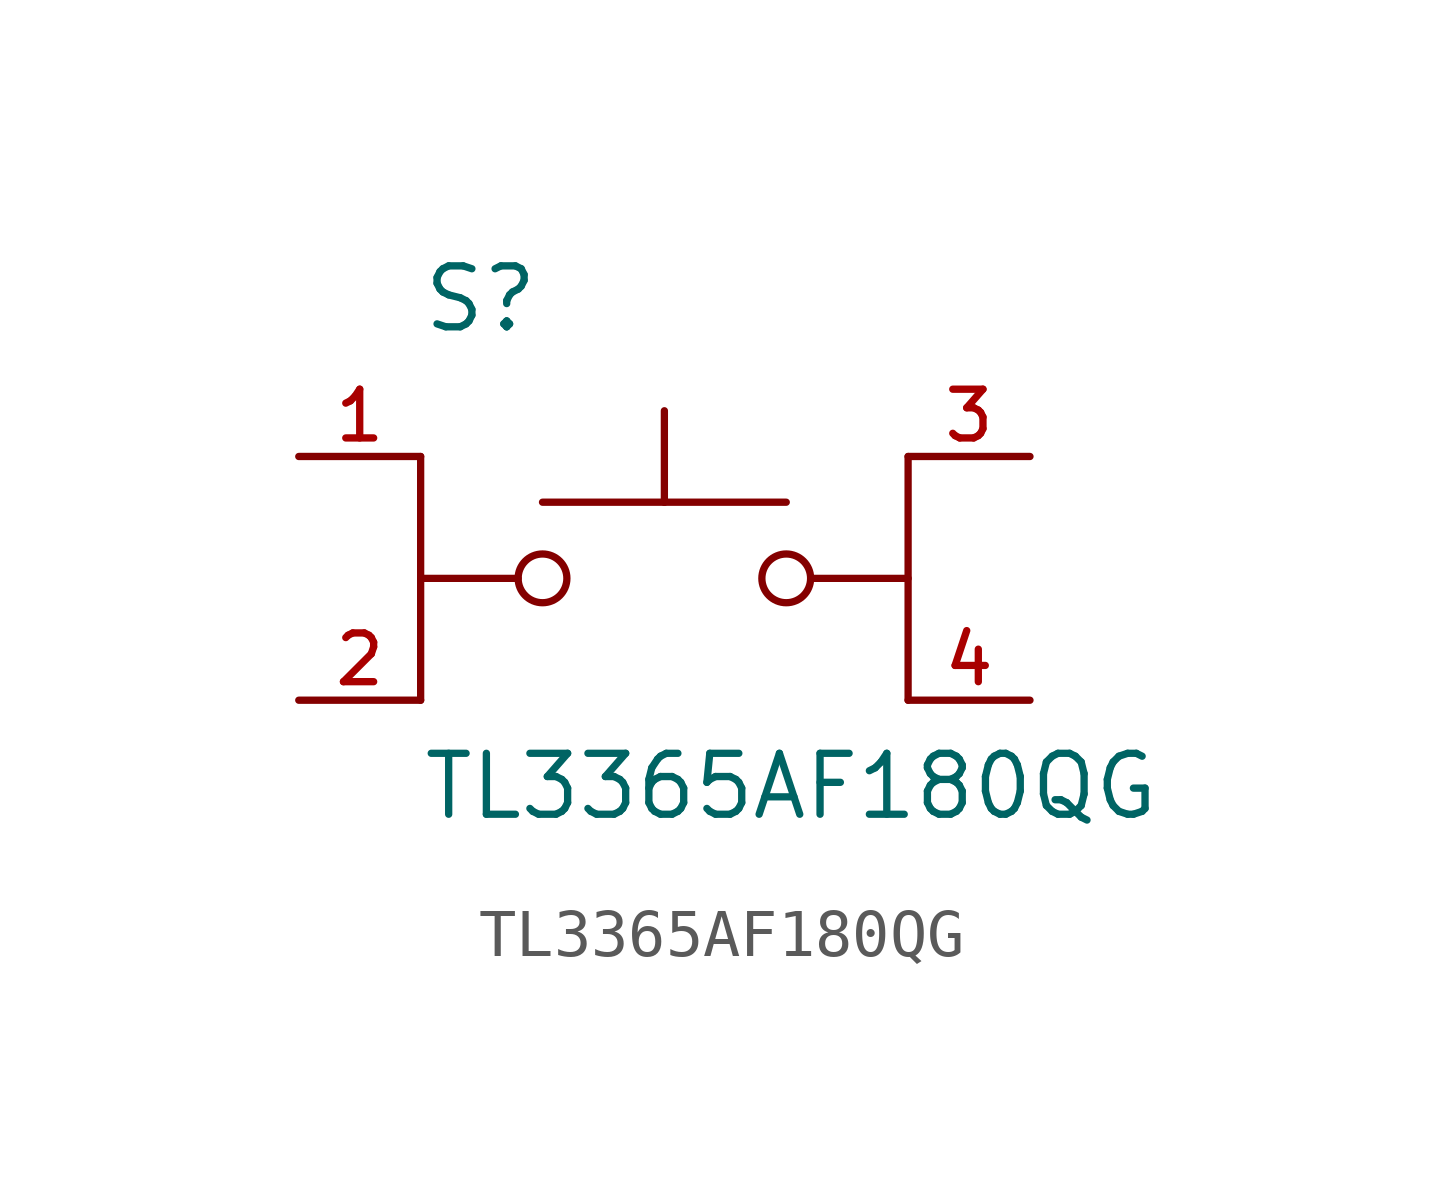
<source format=kicad_sym>
(kicad_symbol_lib
  (version 20211014)
  (generator kicad_symbol_editor)
  (symbol "TL3365AF180QG"
    (pin_names
      (offset 1.016))
    (property "Reference" "S"
      (at -5.08 5.08 0)
      (effects (font (size 1.27 1.27)) (justify bottom left)))
    (property "Value" "TL3365AF180QG"
      (at -5.08 -5.08 0)
      (effects (font (size 1.27 1.27)) (justify bottom left)))
    (symbol "TL3365AF180QG_0_0"
      (circle (center 2.54 0.0) (radius 0.508) (stroke (width 0.152)) (fill (type none)))
      (polyline (pts (xy 5.08 0.0) (xy 3.048 0.0)) (stroke (width 0.152)))
      (polyline (pts (xy -5.08 0.0) (xy -3.048 0.0)) (stroke (width 0.152)))
      (circle (center -2.54 0.0) (radius 0.508) (stroke (width 0.152)) (fill (type none)))
      (polyline (pts (xy -2.54 1.587) (xy 0.0 1.587)) (stroke (width 0.152)))
      (polyline (pts (xy 0.0 1.587) (xy 2.54 1.587)) (stroke (width 0.152)))
      (polyline (pts (xy 0.0 1.587) (xy 0.0 3.493)) (stroke (width 0.152)))
      (polyline (pts (xy -5.08 2.54) (xy -5.08 -2.54)) (stroke (width 0.152)))
      (polyline (pts (xy 5.08 2.54) (xy 5.08 -2.54)) (stroke (width 0.152)))
      (pin passive line (at -7.62 2.54 0) (length 2.54) (name "~" (effects (font (size 1.016 1.016)))) (number "1" (effects (font (size 1.016 1.016)))))
      (pin passive line (at -7.62 -2.54 0) (length 2.54) (name "~" (effects (font (size 1.016 1.016)))) (number "2" (effects (font (size 1.016 1.016)))))
      (pin passive line (at 7.62 2.54 180.0) (length 2.54) (name "~" (effects (font (size 1.016 1.016)))) (number "3" (effects (font (size 1.016 1.016)))))
      (pin passive line (at 7.62 -2.54 180.0) (length 2.54) (name "~" (effects (font (size 1.016 1.016)))) (number "4" (effects (font (size 1.016 1.016))))))))
</source>
